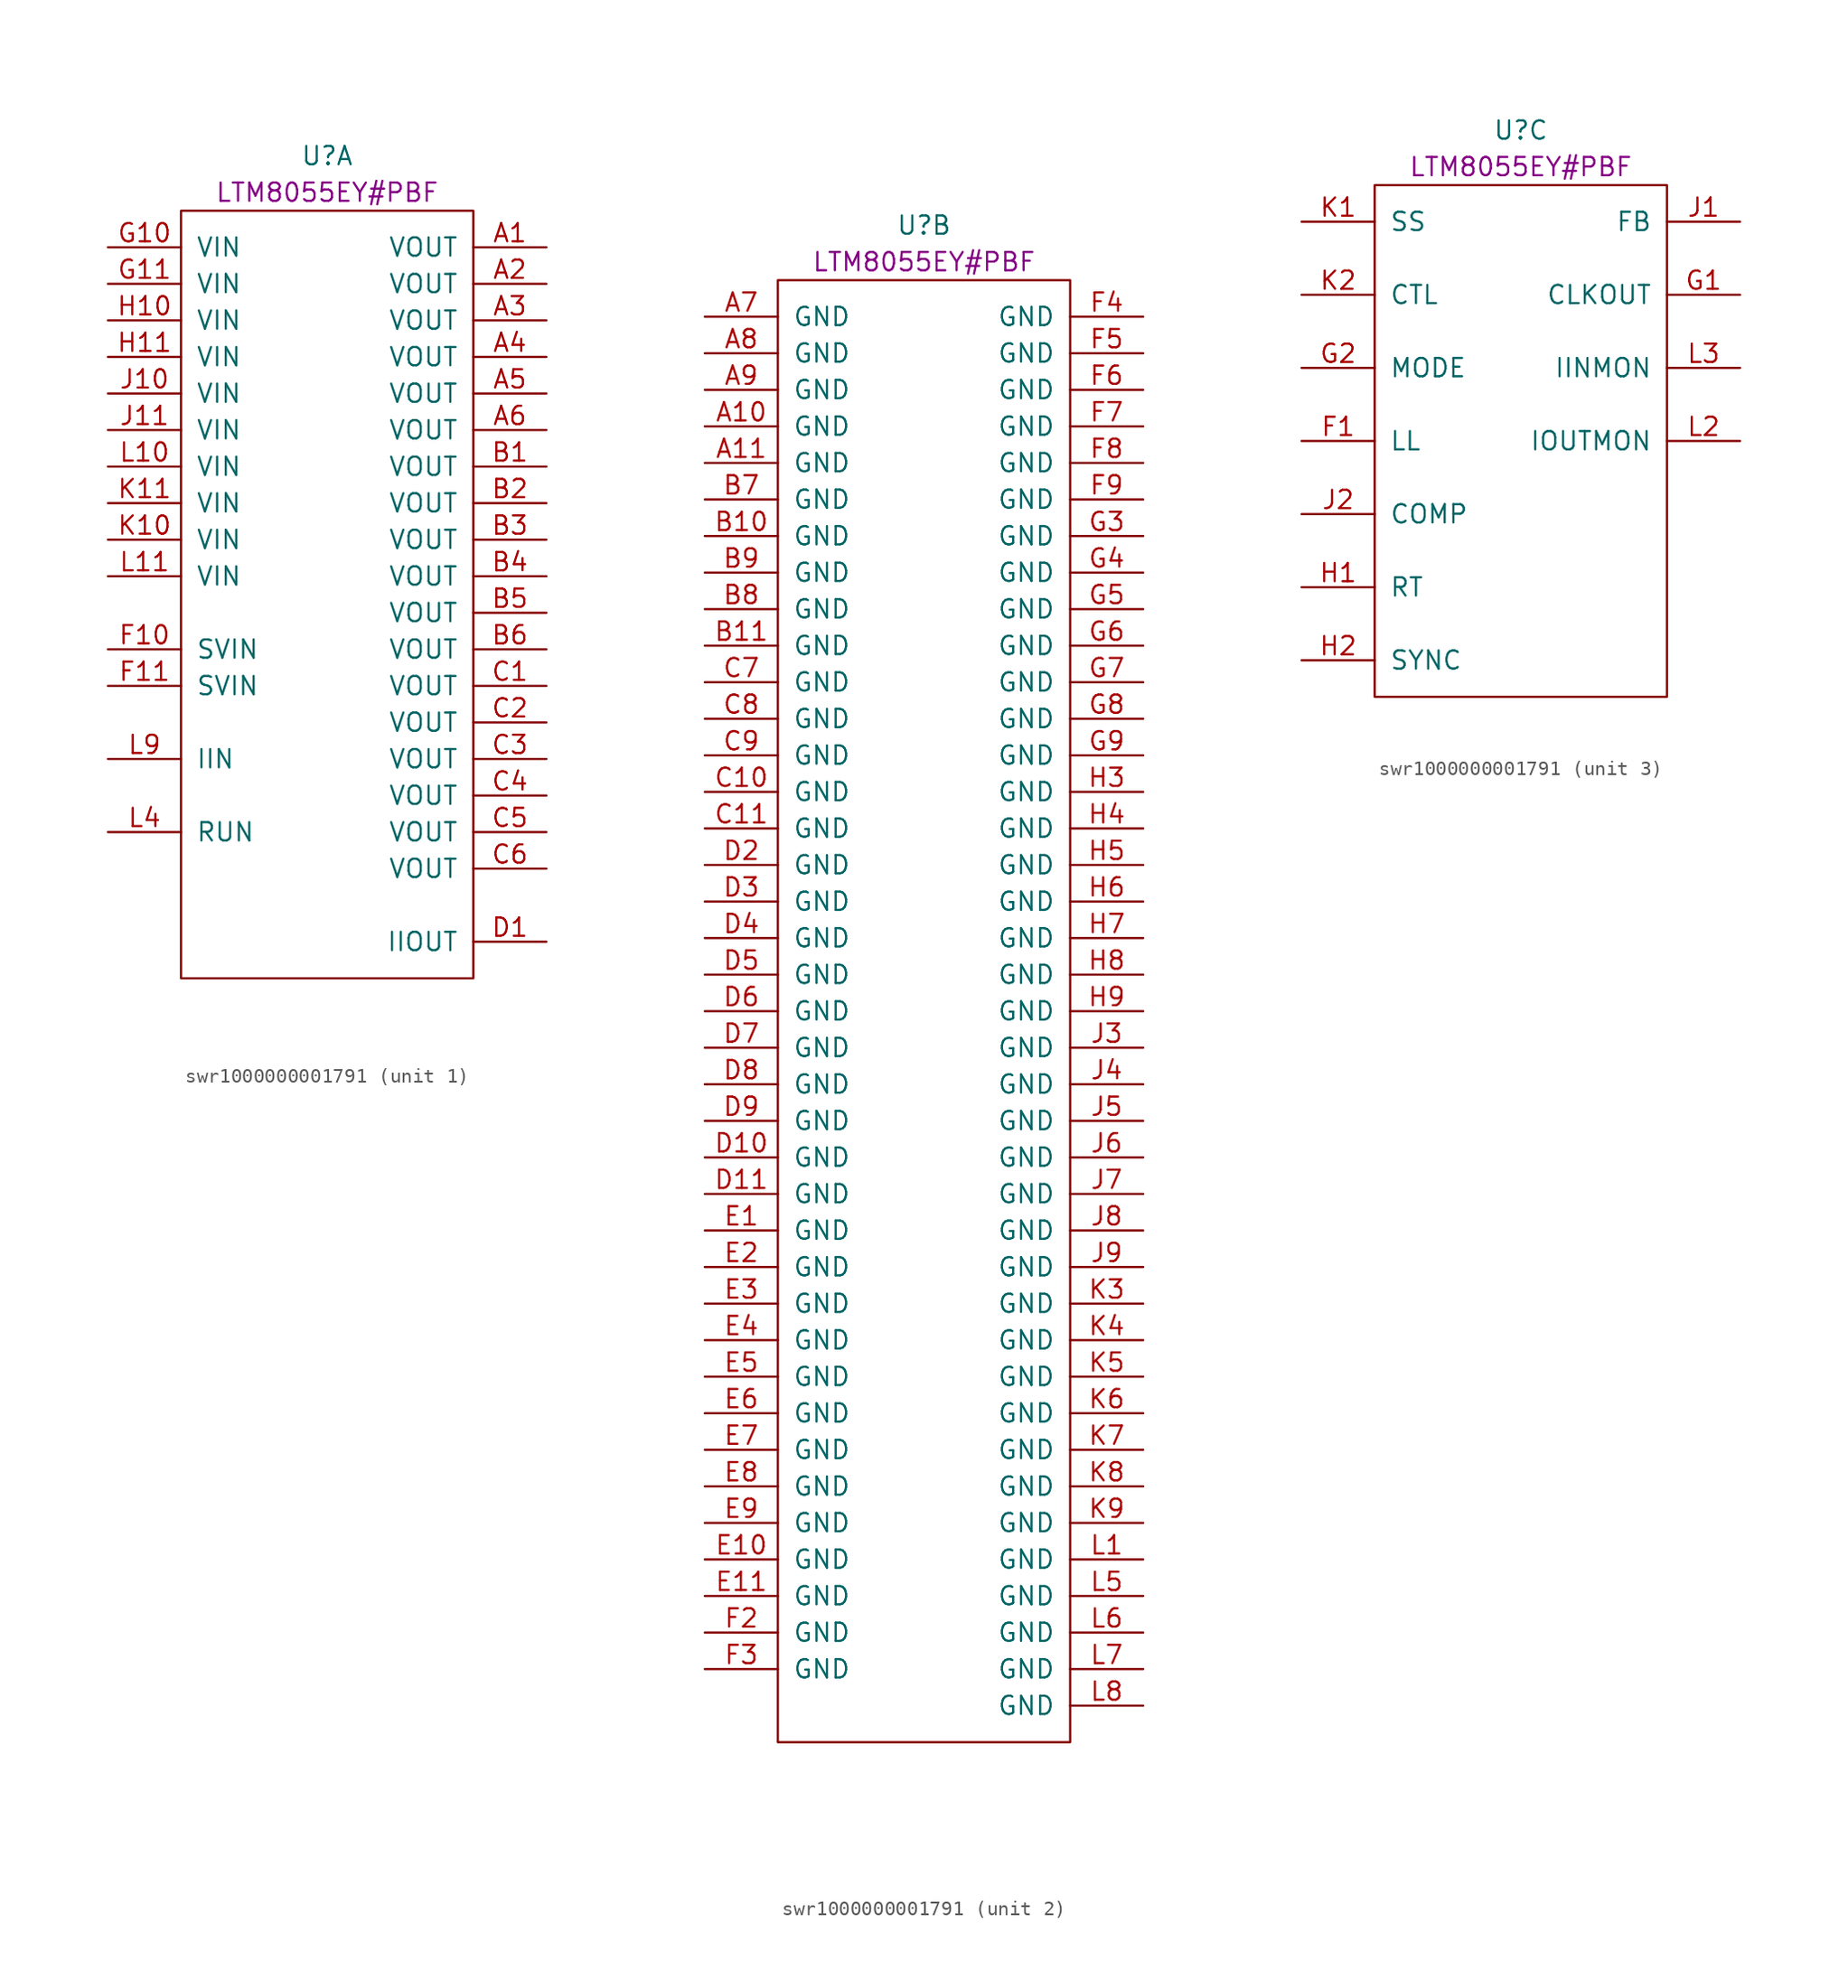
<source format=kicad_sym>
(kicad_symbol_lib
  (version 20211014)
  (generator kicad_symbol_editor)
  (symbol "swr1000000001791"
    (pin_names
      (offset 1.016))
    (property "Reference" "U"
      (at 0 3.81 0)
      (effects (font (size 1.27 1.27))))
    (property "PartValue" "LTM8055EY#PBF"
      (at 0 1.27 0)
      (effects (font (size 1.27 1.27))))
    (symbol "swr1000000001791_1_1"
      (rectangle (start -10.16 0) (end 10.16 -53.34) (stroke (width 0) (type default) (color 0 0 0 0)) (fill (type none)))
      (pin power_out line (at 15.24 -2.54 180) (length 5.08) (name "VOUT" (effects (font (size 1.27 1.27)))) (number "A1" (effects (font (size 1.27 1.27)))))
      (pin power_out line (at 15.24 -5.08 180) (length 5.08) (name "VOUT" (effects (font (size 1.27 1.27)))) (number "A2" (effects (font (size 1.27 1.27)))))
      (pin power_out line (at 15.24 -7.62 180) (length 5.08) (name "VOUT" (effects (font (size 1.27 1.27)))) (number "A3" (effects (font (size 1.27 1.27)))))
      (pin power_out line (at 15.24 -10.16 180) (length 5.08) (name "VOUT" (effects (font (size 1.27 1.27)))) (number "A4" (effects (font (size 1.27 1.27)))))
      (pin power_out line (at 15.24 -12.7 180) (length 5.08) (name "VOUT" (effects (font (size 1.27 1.27)))) (number "A5" (effects (font (size 1.27 1.27)))))
      (pin power_out line (at 15.24 -15.24 180) (length 5.08) (name "VOUT" (effects (font (size 1.27 1.27)))) (number "A6" (effects (font (size 1.27 1.27)))))
      (pin power_out line (at 15.24 -17.78 180) (length 5.08) (name "VOUT" (effects (font (size 1.27 1.27)))) (number "B1" (effects (font (size 1.27 1.27)))))
      (pin power_out line (at 15.24 -20.32 180) (length 5.08) (name "VOUT" (effects (font (size 1.27 1.27)))) (number "B2" (effects (font (size 1.27 1.27)))))
      (pin power_out line (at 15.24 -22.86 180) (length 5.08) (name "VOUT" (effects (font (size 1.27 1.27)))) (number "B3" (effects (font (size 1.27 1.27)))))
      (pin power_out line (at 15.24 -25.4 180) (length 5.08) (name "VOUT" (effects (font (size 1.27 1.27)))) (number "B4" (effects (font (size 1.27 1.27)))))
      (pin power_out line (at 15.24 -27.94 180) (length 5.08) (name "VOUT" (effects (font (size 1.27 1.27)))) (number "B5" (effects (font (size 1.27 1.27)))))
      (pin power_out line (at 15.24 -30.48 180) (length 5.08) (name "VOUT" (effects (font (size 1.27 1.27)))) (number "B6" (effects (font (size 1.27 1.27)))))
      (pin power_out line (at 15.24 -33.02 180) (length 5.08) (name "VOUT" (effects (font (size 1.27 1.27)))) (number "C1" (effects (font (size 1.27 1.27)))))
      (pin power_out line (at 15.24 -35.56 180) (length 5.08) (name "VOUT" (effects (font (size 1.27 1.27)))) (number "C2" (effects (font (size 1.27 1.27)))))
      (pin power_out line (at 15.24 -38.1 180) (length 5.08) (name "VOUT" (effects (font (size 1.27 1.27)))) (number "C3" (effects (font (size 1.27 1.27)))))
      (pin power_out line (at 15.24 -40.64 180) (length 5.08) (name "VOUT" (effects (font (size 1.27 1.27)))) (number "C4" (effects (font (size 1.27 1.27)))))
      (pin power_out line (at 15.24 -43.18 180) (length 5.08) (name "VOUT" (effects (font (size 1.27 1.27)))) (number "C5" (effects (font (size 1.27 1.27)))))
      (pin power_out line (at 15.24 -45.72 180) (length 5.08) (name "VOUT" (effects (font (size 1.27 1.27)))) (number "C6" (effects (font (size 1.27 1.27)))))
      (pin output line (at 15.24 -50.8 180) (length 5.08) (name "IIOUT" (effects (font (size 1.27 1.27)))) (number "D1" (effects (font (size 1.27 1.27)))))
      (pin power_in line (at -15.24 -30.48 0) (length 5.08) (name "SVIN" (effects (font (size 1.27 1.27)))) (number "F10" (effects (font (size 1.27 1.27)))))
      (pin power_in line (at -15.24 -33.02 0) (length 5.08) (name "SVIN" (effects (font (size 1.27 1.27)))) (number "F11" (effects (font (size 1.27 1.27)))))
      (pin power_in line (at -15.24 -2.54 0) (length 5.08) (name "VIN" (effects (font (size 1.27 1.27)))) (number "G10" (effects (font (size 1.27 1.27)))))
      (pin power_in line (at -15.24 -5.08 0) (length 5.08) (name "VIN" (effects (font (size 1.27 1.27)))) (number "G11" (effects (font (size 1.27 1.27)))))
      (pin power_in line (at -15.24 -7.62 0) (length 5.08) (name "VIN" (effects (font (size 1.27 1.27)))) (number "H10" (effects (font (size 1.27 1.27)))))
      (pin power_in line (at -15.24 -10.16 0) (length 5.08) (name "VIN" (effects (font (size 1.27 1.27)))) (number "H11" (effects (font (size 1.27 1.27)))))
      (pin power_in line (at -15.24 -12.7 0) (length 5.08) (name "VIN" (effects (font (size 1.27 1.27)))) (number "J10" (effects (font (size 1.27 1.27)))))
      (pin power_in line (at -15.24 -15.24 0) (length 5.08) (name "VIN" (effects (font (size 1.27 1.27)))) (number "J11" (effects (font (size 1.27 1.27)))))
      (pin power_in line (at -15.24 -22.86 0) (length 5.08) (name "VIN" (effects (font (size 1.27 1.27)))) (number "K10" (effects (font (size 1.27 1.27)))))
      (pin power_in line (at -15.24 -20.32 0) (length 5.08) (name "VIN" (effects (font (size 1.27 1.27)))) (number "K11" (effects (font (size 1.27 1.27)))))
      (pin power_in line (at -15.24 -17.78 0) (length 5.08) (name "VIN" (effects (font (size 1.27 1.27)))) (number "L10" (effects (font (size 1.27 1.27)))))
      (pin power_in line (at -15.24 -25.4 0) (length 5.08) (name "VIN" (effects (font (size 1.27 1.27)))) (number "L11" (effects (font (size 1.27 1.27)))))
      (pin input line (at -15.24 -43.18 0) (length 5.08) (name "RUN" (effects (font (size 1.27 1.27)))) (number "L4" (effects (font (size 1.27 1.27)))))
      (pin input line (at -15.24 -38.1 0) (length 5.08) (name "IIN" (effects (font (size 1.27 1.27)))) (number "L9" (effects (font (size 1.27 1.27))))))
    (symbol "swr1000000001791_2_1"
      (rectangle (start -10.16 0) (end 10.16 -101.6) (stroke (width 0) (type default) (color 0 0 0 0)) (fill (type none)))
      (pin power_in line (at -15.24 -10.16 0) (length 5.08) (name "GND" (effects (font (size 1.27 1.27)))) (number "A10" (effects (font (size 1.27 1.27)))))
      (pin power_in line (at -15.24 -12.7 0) (length 5.08) (name "GND" (effects (font (size 1.27 1.27)))) (number "A11" (effects (font (size 1.27 1.27)))))
      (pin power_in line (at -15.24 -2.54 0) (length 5.08) (name "GND" (effects (font (size 1.27 1.27)))) (number "A7" (effects (font (size 1.27 1.27)))))
      (pin power_in line (at -15.24 -5.08 0) (length 5.08) (name "GND" (effects (font (size 1.27 1.27)))) (number "A8" (effects (font (size 1.27 1.27)))))
      (pin power_in line (at -15.24 -7.62 0) (length 5.08) (name "GND" (effects (font (size 1.27 1.27)))) (number "A9" (effects (font (size 1.27 1.27)))))
      (pin power_in line (at -15.24 -17.78 0) (length 5.08) (name "GND" (effects (font (size 1.27 1.27)))) (number "B10" (effects (font (size 1.27 1.27)))))
      (pin power_in line (at -15.24 -25.4 0) (length 5.08) (name "GND" (effects (font (size 1.27 1.27)))) (number "B11" (effects (font (size 1.27 1.27)))))
      (pin power_in line (at -15.24 -15.24 0) (length 5.08) (name "GND" (effects (font (size 1.27 1.27)))) (number "B7" (effects (font (size 1.27 1.27)))))
      (pin power_in line (at -15.24 -22.86 0) (length 5.08) (name "GND" (effects (font (size 1.27 1.27)))) (number "B8" (effects (font (size 1.27 1.27)))))
      (pin power_in line (at -15.24 -20.32 0) (length 5.08) (name "GND" (effects (font (size 1.27 1.27)))) (number "B9" (effects (font (size 1.27 1.27)))))
      (pin power_in line (at -15.24 -35.56 0) (length 5.08) (name "GND" (effects (font (size 1.27 1.27)))) (number "C10" (effects (font (size 1.27 1.27)))))
      (pin power_in line (at -15.24 -38.1 0) (length 5.08) (name "GND" (effects (font (size 1.27 1.27)))) (number "C11" (effects (font (size 1.27 1.27)))))
      (pin power_in line (at -15.24 -27.94 0) (length 5.08) (name "GND" (effects (font (size 1.27 1.27)))) (number "C7" (effects (font (size 1.27 1.27)))))
      (pin power_in line (at -15.24 -30.48 0) (length 5.08) (name "GND" (effects (font (size 1.27 1.27)))) (number "C8" (effects (font (size 1.27 1.27)))))
      (pin power_in line (at -15.24 -33.02 0) (length 5.08) (name "GND" (effects (font (size 1.27 1.27)))) (number "C9" (effects (font (size 1.27 1.27)))))
      (pin power_in line (at -15.24 -60.96 0) (length 5.08) (name "GND" (effects (font (size 1.27 1.27)))) (number "D10" (effects (font (size 1.27 1.27)))))
      (pin power_in line (at -15.24 -63.5 0) (length 5.08) (name "GND" (effects (font (size 1.27 1.27)))) (number "D11" (effects (font (size 1.27 1.27)))))
      (pin power_in line (at -15.24 -40.64 0) (length 5.08) (name "GND" (effects (font (size 1.27 1.27)))) (number "D2" (effects (font (size 1.27 1.27)))))
      (pin power_in line (at -15.24 -43.18 0) (length 5.08) (name "GND" (effects (font (size 1.27 1.27)))) (number "D3" (effects (font (size 1.27 1.27)))))
      (pin power_in line (at -15.24 -45.72 0) (length 5.08) (name "GND" (effects (font (size 1.27 1.27)))) (number "D4" (effects (font (size 1.27 1.27)))))
      (pin power_in line (at -15.24 -48.26 0) (length 5.08) (name "GND" (effects (font (size 1.27 1.27)))) (number "D5" (effects (font (size 1.27 1.27)))))
      (pin power_in line (at -15.24 -50.8 0) (length 5.08) (name "GND" (effects (font (size 1.27 1.27)))) (number "D6" (effects (font (size 1.27 1.27)))))
      (pin power_in line (at -15.24 -53.34 0) (length 5.08) (name "GND" (effects (font (size 1.27 1.27)))) (number "D7" (effects (font (size 1.27 1.27)))))
      (pin power_in line (at -15.24 -55.88 0) (length 5.08) (name "GND" (effects (font (size 1.27 1.27)))) (number "D8" (effects (font (size 1.27 1.27)))))
      (pin power_in line (at -15.24 -58.42 0) (length 5.08) (name "GND" (effects (font (size 1.27 1.27)))) (number "D9" (effects (font (size 1.27 1.27)))))
      (pin power_in line (at -15.24 -66.04 0) (length 5.08) (name "GND" (effects (font (size 1.27 1.27)))) (number "E1" (effects (font (size 1.27 1.27)))))
      (pin power_in line (at -15.24 -88.9 0) (length 5.08) (name "GND" (effects (font (size 1.27 1.27)))) (number "E10" (effects (font (size 1.27 1.27)))))
      (pin power_in line (at -15.24 -91.44 0) (length 5.08) (name "GND" (effects (font (size 1.27 1.27)))) (number "E11" (effects (font (size 1.27 1.27)))))
      (pin power_in line (at -15.24 -68.58 0) (length 5.08) (name "GND" (effects (font (size 1.27 1.27)))) (number "E2" (effects (font (size 1.27 1.27)))))
      (pin power_in line (at -15.24 -71.12 0) (length 5.08) (name "GND" (effects (font (size 1.27 1.27)))) (number "E3" (effects (font (size 1.27 1.27)))))
      (pin power_in line (at -15.24 -73.66 0) (length 5.08) (name "GND" (effects (font (size 1.27 1.27)))) (number "E4" (effects (font (size 1.27 1.27)))))
      (pin power_in line (at -15.24 -76.2 0) (length 5.08) (name "GND" (effects (font (size 1.27 1.27)))) (number "E5" (effects (font (size 1.27 1.27)))))
      (pin power_in line (at -15.24 -78.74 0) (length 5.08) (name "GND" (effects (font (size 1.27 1.27)))) (number "E6" (effects (font (size 1.27 1.27)))))
      (pin power_in line (at -15.24 -81.28 0) (length 5.08) (name "GND" (effects (font (size 1.27 1.27)))) (number "E7" (effects (font (size 1.27 1.27)))))
      (pin power_in line (at -15.24 -83.82 0) (length 5.08) (name "GND" (effects (font (size 1.27 1.27)))) (number "E8" (effects (font (size 1.27 1.27)))))
      (pin power_in line (at -15.24 -86.36 0) (length 5.08) (name "GND" (effects (font (size 1.27 1.27)))) (number "E9" (effects (font (size 1.27 1.27)))))
      (pin power_in line (at -15.24 -93.98 0) (length 5.08) (name "GND" (effects (font (size 1.27 1.27)))) (number "F2" (effects (font (size 1.27 1.27)))))
      (pin power_in line (at -15.24 -96.52 0) (length 5.08) (name "GND" (effects (font (size 1.27 1.27)))) (number "F3" (effects (font (size 1.27 1.27)))))
      (pin power_in line (at 15.24 -2.54 180) (length 5.08) (name "GND" (effects (font (size 1.27 1.27)))) (number "F4" (effects (font (size 1.27 1.27)))))
      (pin power_in line (at 15.24 -5.08 180) (length 5.08) (name "GND" (effects (font (size 1.27 1.27)))) (number "F5" (effects (font (size 1.27 1.27)))))
      (pin power_in line (at 15.24 -7.62 180) (length 5.08) (name "GND" (effects (font (size 1.27 1.27)))) (number "F6" (effects (font (size 1.27 1.27)))))
      (pin power_in line (at 15.24 -10.16 180) (length 5.08) (name "GND" (effects (font (size 1.27 1.27)))) (number "F7" (effects (font (size 1.27 1.27)))))
      (pin power_in line (at 15.24 -12.7 180) (length 5.08) (name "GND" (effects (font (size 1.27 1.27)))) (number "F8" (effects (font (size 1.27 1.27)))))
      (pin power_in line (at 15.24 -15.24 180) (length 5.08) (name "GND" (effects (font (size 1.27 1.27)))) (number "F9" (effects (font (size 1.27 1.27)))))
      (pin power_in line (at 15.24 -17.78 180) (length 5.08) (name "GND" (effects (font (size 1.27 1.27)))) (number "G3" (effects (font (size 1.27 1.27)))))
      (pin power_in line (at 15.24 -20.32 180) (length 5.08) (name "GND" (effects (font (size 1.27 1.27)))) (number "G4" (effects (font (size 1.27 1.27)))))
      (pin power_in line (at 15.24 -22.86 180) (length 5.08) (name "GND" (effects (font (size 1.27 1.27)))) (number "G5" (effects (font (size 1.27 1.27)))))
      (pin power_in line (at 15.24 -25.4 180) (length 5.08) (name "GND" (effects (font (size 1.27 1.27)))) (number "G6" (effects (font (size 1.27 1.27)))))
      (pin power_in line (at 15.24 -27.94 180) (length 5.08) (name "GND" (effects (font (size 1.27 1.27)))) (number "G7" (effects (font (size 1.27 1.27)))))
      (pin power_in line (at 15.24 -30.48 180) (length 5.08) (name "GND" (effects (font (size 1.27 1.27)))) (number "G8" (effects (font (size 1.27 1.27)))))
      (pin power_in line (at 15.24 -33.02 180) (length 5.08) (name "GND" (effects (font (size 1.27 1.27)))) (number "G9" (effects (font (size 1.27 1.27)))))
      (pin power_in line (at 15.24 -35.56 180) (length 5.08) (name "GND" (effects (font (size 1.27 1.27)))) (number "H3" (effects (font (size 1.27 1.27)))))
      (pin power_in line (at 15.24 -38.1 180) (length 5.08) (name "GND" (effects (font (size 1.27 1.27)))) (number "H4" (effects (font (size 1.27 1.27)))))
      (pin power_in line (at 15.24 -40.64 180) (length 5.08) (name "GND" (effects (font (size 1.27 1.27)))) (number "H5" (effects (font (size 1.27 1.27)))))
      (pin power_in line (at 15.24 -43.18 180) (length 5.08) (name "GND" (effects (font (size 1.27 1.27)))) (number "H6" (effects (font (size 1.27 1.27)))))
      (pin power_in line (at 15.24 -45.72 180) (length 5.08) (name "GND" (effects (font (size 1.27 1.27)))) (number "H7" (effects (font (size 1.27 1.27)))))
      (pin power_in line (at 15.24 -48.26 180) (length 5.08) (name "GND" (effects (font (size 1.27 1.27)))) (number "H8" (effects (font (size 1.27 1.27)))))
      (pin power_in line (at 15.24 -50.8 180) (length 5.08) (name "GND" (effects (font (size 1.27 1.27)))) (number "H9" (effects (font (size 1.27 1.27)))))
      (pin power_in line (at 15.24 -53.34 180) (length 5.08) (name "GND" (effects (font (size 1.27 1.27)))) (number "J3" (effects (font (size 1.27 1.27)))))
      (pin power_in line (at 15.24 -55.88 180) (length 5.08) (name "GND" (effects (font (size 1.27 1.27)))) (number "J4" (effects (font (size 1.27 1.27)))))
      (pin power_in line (at 15.24 -58.42 180) (length 5.08) (name "GND" (effects (font (size 1.27 1.27)))) (number "J5" (effects (font (size 1.27 1.27)))))
      (pin power_in line (at 15.24 -60.96 180) (length 5.08) (name "GND" (effects (font (size 1.27 1.27)))) (number "J6" (effects (font (size 1.27 1.27)))))
      (pin power_in line (at 15.24 -63.5 180) (length 5.08) (name "GND" (effects (font (size 1.27 1.27)))) (number "J7" (effects (font (size 1.27 1.27)))))
      (pin power_in line (at 15.24 -66.04 180) (length 5.08) (name "GND" (effects (font (size 1.27 1.27)))) (number "J8" (effects (font (size 1.27 1.27)))))
      (pin power_in line (at 15.24 -68.58 180) (length 5.08) (name "GND" (effects (font (size 1.27 1.27)))) (number "J9" (effects (font (size 1.27 1.27)))))
      (pin power_in line (at 15.24 -71.12 180) (length 5.08) (name "GND" (effects (font (size 1.27 1.27)))) (number "K3" (effects (font (size 1.27 1.27)))))
      (pin power_in line (at 15.24 -73.66 180) (length 5.08) (name "GND" (effects (font (size 1.27 1.27)))) (number "K4" (effects (font (size 1.27 1.27)))))
      (pin power_in line (at 15.24 -76.2 180) (length 5.08) (name "GND" (effects (font (size 1.27 1.27)))) (number "K5" (effects (font (size 1.27 1.27)))))
      (pin power_in line (at 15.24 -78.74 180) (length 5.08) (name "GND" (effects (font (size 1.27 1.27)))) (number "K6" (effects (font (size 1.27 1.27)))))
      (pin power_in line (at 15.24 -81.28 180) (length 5.08) (name "GND" (effects (font (size 1.27 1.27)))) (number "K7" (effects (font (size 1.27 1.27)))))
      (pin power_in line (at 15.24 -83.82 180) (length 5.08) (name "GND" (effects (font (size 1.27 1.27)))) (number "K8" (effects (font (size 1.27 1.27)))))
      (pin power_in line (at 15.24 -86.36 180) (length 5.08) (name "GND" (effects (font (size 1.27 1.27)))) (number "K9" (effects (font (size 1.27 1.27)))))
      (pin power_in line (at 15.24 -88.9 180) (length 5.08) (name "GND" (effects (font (size 1.27 1.27)))) (number "L1" (effects (font (size 1.27 1.27)))))
      (pin power_in line (at 15.24 -91.44 180) (length 5.08) (name "GND" (effects (font (size 1.27 1.27)))) (number "L5" (effects (font (size 1.27 1.27)))))
      (pin power_in line (at 15.24 -93.98 180) (length 5.08) (name "GND" (effects (font (size 1.27 1.27)))) (number "L6" (effects (font (size 1.27 1.27)))))
      (pin power_in line (at 15.24 -96.52 180) (length 5.08) (name "GND" (effects (font (size 1.27 1.27)))) (number "L7" (effects (font (size 1.27 1.27)))))
      (pin power_in line (at 15.24 -99.06 180) (length 5.08) (name "GND" (effects (font (size 1.27 1.27)))) (number "L8" (effects (font (size 1.27 1.27))))))
    (symbol "swr1000000001791_3_1"
      (rectangle (start -10.16 0) (end 10.16 -35.56) (stroke (width 0) (type default) (color 0 0 0 0)) (fill (type none)))
      (pin open_collector line (at -15.24 -17.78 0) (length 5.08) (name "LL" (effects (font (size 1.27 1.27)))) (number "F1" (effects (font (size 1.27 1.27)))))
      (pin output line (at 15.24 -7.62 180) (length 5.08) (name "CLKOUT" (effects (font (size 1.27 1.27)))) (number "G1" (effects (font (size 1.27 1.27)))))
      (pin input line (at -15.24 -12.7 0) (length 5.08) (name "MODE" (effects (font (size 1.27 1.27)))) (number "G2" (effects (font (size 1.27 1.27)))))
      (pin input line (at -15.24 -27.94 0) (length 5.08) (name "RT" (effects (font (size 1.27 1.27)))) (number "H1" (effects (font (size 1.27 1.27)))))
      (pin input line (at -15.24 -33.02 0) (length 5.08) (name "SYNC" (effects (font (size 1.27 1.27)))) (number "H2" (effects (font (size 1.27 1.27)))))
      (pin input line (at 15.24 -2.54 180) (length 5.08) (name "FB" (effects (font (size 1.27 1.27)))) (number "J1" (effects (font (size 1.27 1.27)))))
      (pin input line (at -15.24 -22.86 0) (length 5.08) (name "COMP" (effects (font (size 1.27 1.27)))) (number "J2" (effects (font (size 1.27 1.27)))))
      (pin input line (at -15.24 -2.54 0) (length 5.08) (name "SS" (effects (font (size 1.27 1.27)))) (number "K1" (effects (font (size 1.27 1.27)))))
      (pin input line (at -15.24 -7.62 0) (length 5.08) (name "CTL" (effects (font (size 1.27 1.27)))) (number "K2" (effects (font (size 1.27 1.27)))))
      (pin output line (at 15.24 -17.78 180) (length 5.08) (name "IOUTMON" (effects (font (size 1.27 1.27)))) (number "L2" (effects (font (size 1.27 1.27)))))
      (pin output line (at 15.24 -12.7 180) (length 5.08) (name "IINMON" (effects (font (size 1.27 1.27)))) (number "L3" (effects (font (size 1.27 1.27))))))))
</source>
